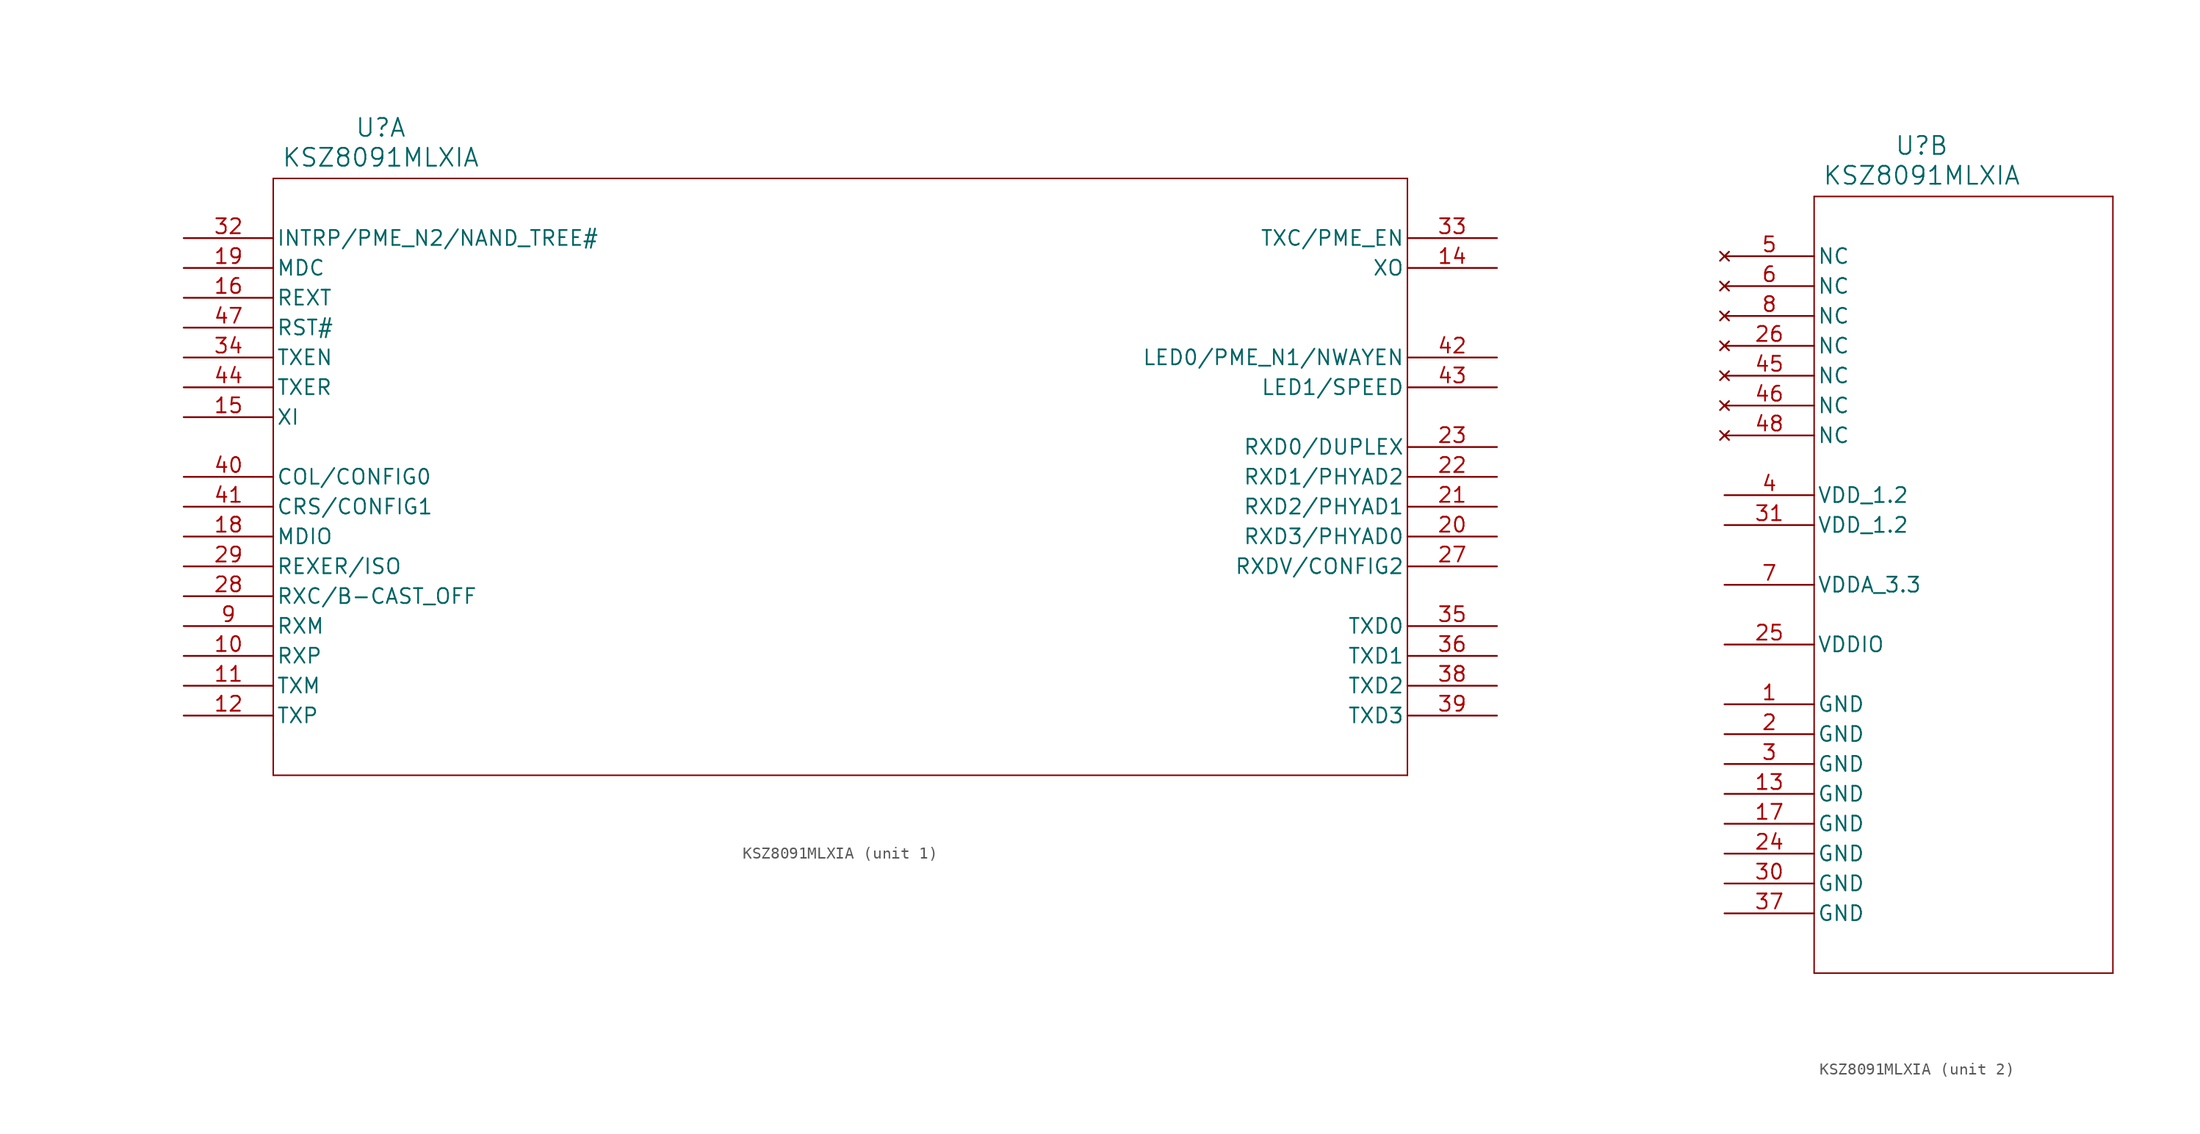
<source format=kicad_sym>
(kicad_symbol_lib
  (version 20231120)
  (generator "kicad_symbol_editor")
  (generator_version "8.0")
  (symbol "KSZ8091MLXIA"
    (pin_names
      (offset 0.254))
    (property "Reference" "U"
      (at 16.764 9.398 0)
      (effects (font (size 1.524 1.524))))
    (property "Value" "KSZ8091MLXIA"
      (at 16.764 6.858 0)
      (effects (font (size 1.524 1.524))))
    (property "ki_locked" ""
      (at 0 0 0)
      (effects (font (size 1.27 1.27))))
    (symbol "KSZ8091MLXIA_1_1"
      (polyline (pts (xy 7.62 -45.72) (xy 104.14 -45.72)) (stroke (width 0.127) (type default)) (fill (type none)))
      (polyline (pts (xy 7.62 5.08) (xy 7.62 -45.72)) (stroke (width 0.127) (type default)) (fill (type none)))
      (polyline (pts (xy 104.14 -45.72) (xy 104.14 5.08)) (stroke (width 0.127) (type default)) (fill (type none)))
      (polyline (pts (xy 104.14 5.08) (xy 7.62 5.08)) (stroke (width 0.127) (type default)) (fill (type none)))
      (pin bidirectional line (at 0 -35.56 0) (length 7.62) (name "RXP" (effects (font (size 1.27 1.27)))) (number "10" (effects (font (size 1.27 1.27)))))
      (pin bidirectional line (at 0 -38.1 0) (length 7.62) (name "TXM" (effects (font (size 1.27 1.27)))) (number "11" (effects (font (size 1.27 1.27)))))
      (pin bidirectional line (at 0 -40.64 0) (length 7.62) (name "TXP" (effects (font (size 1.27 1.27)))) (number "12" (effects (font (size 1.27 1.27)))))
      (pin output line (at 111.76 -2.54 180) (length 7.62) (name "XO" (effects (font (size 1.27 1.27)))) (number "14" (effects (font (size 1.27 1.27)))))
      (pin input line (at 0 -15.24 0) (length 7.62) (name "XI" (effects (font (size 1.27 1.27)))) (number "15" (effects (font (size 1.27 1.27)))))
      (pin input line (at 0 -5.08 0) (length 7.62) (name "REXT" (effects (font (size 1.27 1.27)))) (number "16" (effects (font (size 1.27 1.27)))))
      (pin bidirectional line (at 0 -25.4 0) (length 7.62) (name "MDIO" (effects (font (size 1.27 1.27)))) (number "18" (effects (font (size 1.27 1.27)))))
      (pin input line (at 0 -2.54 0) (length 7.62) (name "MDC" (effects (font (size 1.27 1.27)))) (number "19" (effects (font (size 1.27 1.27)))))
      (pin bidirectional line (at 111.76 -25.4 180) (length 7.62) (name "RXD3/PHYAD0" (effects (font (size 1.27 1.27)))) (number "20" (effects (font (size 1.27 1.27)))))
      (pin bidirectional line (at 111.76 -22.86 180) (length 7.62) (name "RXD2/PHYAD1" (effects (font (size 1.27 1.27)))) (number "21" (effects (font (size 1.27 1.27)))))
      (pin bidirectional line (at 111.76 -20.32 180) (length 7.62) (name "RXD1/PHYAD2" (effects (font (size 1.27 1.27)))) (number "22" (effects (font (size 1.27 1.27)))))
      (pin bidirectional line (at 111.76 -17.78 180) (length 7.62) (name "RXD0/DUPLEX" (effects (font (size 1.27 1.27)))) (number "23" (effects (font (size 1.27 1.27)))))
      (pin bidirectional line (at 111.76 -27.94 180) (length 7.62) (name "RXDV/CONFIG2" (effects (font (size 1.27 1.27)))) (number "27" (effects (font (size 1.27 1.27)))))
      (pin bidirectional line (at 0 -30.48 0) (length 7.62) (name "RXC/B-CAST_OFF" (effects (font (size 1.27 1.27)))) (number "28" (effects (font (size 1.27 1.27)))))
      (pin bidirectional line (at 0 -27.94 0) (length 7.62) (name "REXER/ISO" (effects (font (size 1.27 1.27)))) (number "29" (effects (font (size 1.27 1.27)))))
      (pin bidirectional line (at 0 0 0) (length 7.62) (name "INTRP/PME_N2/NAND_TREE#" (effects (font (size 1.27 1.27)))) (number "32" (effects (font (size 1.27 1.27)))))
      (pin output line (at 111.76 0 180) (length 7.62) (name "TXC/PME_EN" (effects (font (size 1.27 1.27)))) (number "33" (effects (font (size 1.27 1.27)))))
      (pin input line (at 0 -10.16 0) (length 7.62) (name "TXEN" (effects (font (size 1.27 1.27)))) (number "34" (effects (font (size 1.27 1.27)))))
      (pin input line (at 111.76 -33.02 180) (length 7.62) (name "TXD0" (effects (font (size 1.27 1.27)))) (number "35" (effects (font (size 1.27 1.27)))))
      (pin input line (at 111.76 -35.56 180) (length 7.62) (name "TXD1" (effects (font (size 1.27 1.27)))) (number "36" (effects (font (size 1.27 1.27)))))
      (pin input line (at 111.76 -38.1 180) (length 7.62) (name "TXD2" (effects (font (size 1.27 1.27)))) (number "38" (effects (font (size 1.27 1.27)))))
      (pin input line (at 111.76 -40.64 180) (length 7.62) (name "TXD3" (effects (font (size 1.27 1.27)))) (number "39" (effects (font (size 1.27 1.27)))))
      (pin bidirectional line (at 0 -20.32 0) (length 7.62) (name "COL/CONFIG0" (effects (font (size 1.27 1.27)))) (number "40" (effects (font (size 1.27 1.27)))))
      (pin bidirectional line (at 0 -22.86 0) (length 7.62) (name "CRS/CONFIG1" (effects (font (size 1.27 1.27)))) (number "41" (effects (font (size 1.27 1.27)))))
      (pin bidirectional line (at 111.76 -10.16 180) (length 7.62) (name "LED0/PME_N1/NWAYEN" (effects (font (size 1.27 1.27)))) (number "42" (effects (font (size 1.27 1.27)))))
      (pin bidirectional line (at 111.76 -12.7 180) (length 7.62) (name "LED1/SPEED" (effects (font (size 1.27 1.27)))) (number "43" (effects (font (size 1.27 1.27)))))
      (pin input line (at 0 -12.7 0) (length 7.62) (name "TXER" (effects (font (size 1.27 1.27)))) (number "44" (effects (font (size 1.27 1.27)))))
      (pin input line (at 0 -7.62 0) (length 7.62) (name "RST#" (effects (font (size 1.27 1.27)))) (number "47" (effects (font (size 1.27 1.27)))))
      (pin bidirectional line (at 0 -33.02 0) (length 7.62) (name "RXM" (effects (font (size 1.27 1.27)))) (number "9" (effects (font (size 1.27 1.27))))))
    (symbol "KSZ8091MLXIA_2_1"
      (polyline (pts (xy 7.62 -60.96) (xy 33.02 -60.96)) (stroke (width 0.127) (type default)) (fill (type none)))
      (polyline (pts (xy 7.62 5.08) (xy 7.62 -60.96)) (stroke (width 0.127) (type default)) (fill (type none)))
      (polyline (pts (xy 33.02 -60.96) (xy 33.02 5.08)) (stroke (width 0.127) (type default)) (fill (type none)))
      (polyline (pts (xy 33.02 5.08) (xy 7.62 5.08)) (stroke (width 0.127) (type default)) (fill (type none)))
      (pin power_out line (at 0 -38.1 0) (length 7.62) (name "GND" (effects (font (size 1.27 1.27)))) (number "1" (effects (font (size 1.27 1.27)))))
      (pin power_out line (at 0 -45.72 0) (length 7.62) (name "GND" (effects (font (size 1.27 1.27)))) (number "13" (effects (font (size 1.27 1.27)))))
      (pin power_out line (at 0 -48.26 0) (length 7.62) (name "GND" (effects (font (size 1.27 1.27)))) (number "17" (effects (font (size 1.27 1.27)))))
      (pin power_out line (at 0 -40.64 0) (length 7.62) (name "GND" (effects (font (size 1.27 1.27)))) (number "2" (effects (font (size 1.27 1.27)))))
      (pin power_out line (at 0 -50.8 0) (length 7.62) (name "GND" (effects (font (size 1.27 1.27)))) (number "24" (effects (font (size 1.27 1.27)))))
      (pin power_in line (at 0 -33.02 0) (length 7.62) (name "VDDIO" (effects (font (size 1.27 1.27)))) (number "25" (effects (font (size 1.27 1.27)))))
      (pin no_connect line (at 0 -7.62 0) (length 7.62) (name "NC" (effects (font (size 1.27 1.27)))) (number "26" (effects (font (size 1.27 1.27)))))
      (pin power_out line (at 0 -43.18 0) (length 7.62) (name "GND" (effects (font (size 1.27 1.27)))) (number "3" (effects (font (size 1.27 1.27)))))
      (pin power_out line (at 0 -53.34 0) (length 7.62) (name "GND" (effects (font (size 1.27 1.27)))) (number "30" (effects (font (size 1.27 1.27)))))
      (pin power_in line (at 0 -22.86 0) (length 7.62) (name "VDD_1.2" (effects (font (size 1.27 1.27)))) (number "31" (effects (font (size 1.27 1.27)))))
      (pin power_out line (at 0 -55.88 0) (length 7.62) (name "GND" (effects (font (size 1.27 1.27)))) (number "37" (effects (font (size 1.27 1.27)))))
      (pin power_in line (at 0 -20.32 0) (length 7.62) (name "VDD_1.2" (effects (font (size 1.27 1.27)))) (number "4" (effects (font (size 1.27 1.27)))))
      (pin no_connect line (at 0 -10.16 0) (length 7.62) (name "NC" (effects (font (size 1.27 1.27)))) (number "45" (effects (font (size 1.27 1.27)))))
      (pin no_connect line (at 0 -12.7 0) (length 7.62) (name "NC" (effects (font (size 1.27 1.27)))) (number "46" (effects (font (size 1.27 1.27)))))
      (pin no_connect line (at 0 -15.24 0) (length 7.62) (name "NC" (effects (font (size 1.27 1.27)))) (number "48" (effects (font (size 1.27 1.27)))))
      (pin no_connect line (at 0 0 0) (length 7.62) (name "NC" (effects (font (size 1.27 1.27)))) (number "5" (effects (font (size 1.27 1.27)))))
      (pin no_connect line (at 0 -2.54 0) (length 7.62) (name "NC" (effects (font (size 1.27 1.27)))) (number "6" (effects (font (size 1.27 1.27)))))
      (pin power_in line (at 0 -27.94 0) (length 7.62) (name "VDDA_3.3" (effects (font (size 1.27 1.27)))) (number "7" (effects (font (size 1.27 1.27)))))
      (pin no_connect line (at 0 -5.08 0) (length 7.62) (name "NC" (effects (font (size 1.27 1.27)))) (number "8" (effects (font (size 1.27 1.27))))))))
</source>
